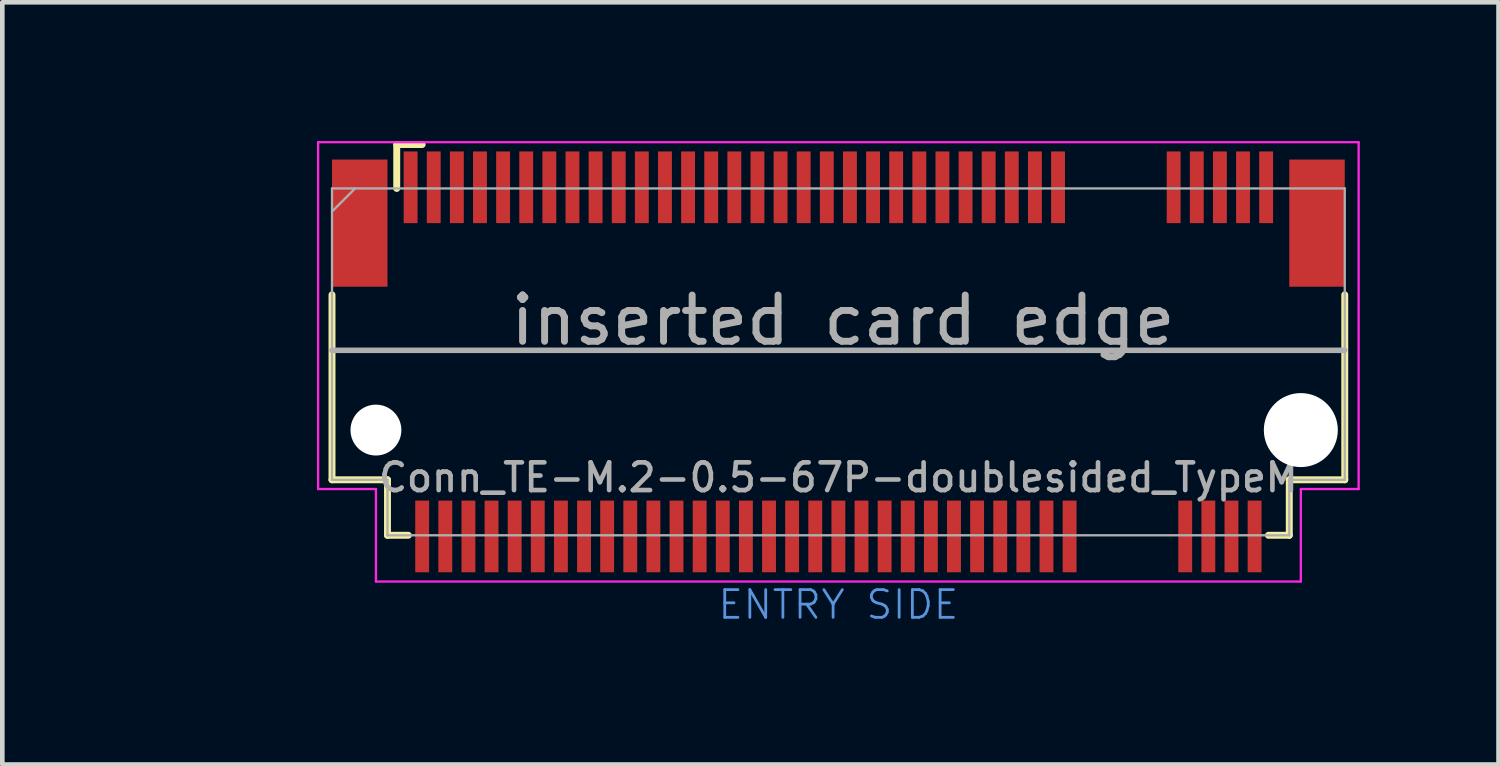
<source format=kicad_pcb>
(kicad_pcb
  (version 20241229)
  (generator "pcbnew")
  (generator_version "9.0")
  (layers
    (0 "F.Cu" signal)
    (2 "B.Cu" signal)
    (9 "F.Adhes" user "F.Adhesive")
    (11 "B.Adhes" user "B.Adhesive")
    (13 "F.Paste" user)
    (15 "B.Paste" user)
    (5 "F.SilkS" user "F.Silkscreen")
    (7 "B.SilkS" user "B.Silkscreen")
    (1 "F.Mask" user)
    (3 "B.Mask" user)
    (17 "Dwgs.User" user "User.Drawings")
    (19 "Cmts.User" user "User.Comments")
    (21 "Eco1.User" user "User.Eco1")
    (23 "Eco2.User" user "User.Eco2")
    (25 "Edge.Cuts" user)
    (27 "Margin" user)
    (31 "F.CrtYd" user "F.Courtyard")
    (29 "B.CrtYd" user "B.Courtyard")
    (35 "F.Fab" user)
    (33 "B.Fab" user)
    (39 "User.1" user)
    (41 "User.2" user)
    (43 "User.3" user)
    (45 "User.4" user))
  (footprint "Conn_TE-M.2-0.5-67P-doublesided_TypeM"
    (layer "F.Cu")
    (at 15.079 6.275)
    (property "Reference" "Conn_TE-M.2-0.5-67P-doublesided_TypeM" (at 0 1 0) (layer "F.Fab") (effects (font (size 0.6 0.6) (thickness 0.1))))
    (attr through_hole)
    (fp_line (start -10.95 1.05) (end -10.95 -2.95) (stroke (width 0.15) (type solid)) (layer "F.SilkS"))
    (fp_line (start -9.75 1.05) (end -10.95 1.05) (stroke (width 0.15) (type solid)) (layer "F.SilkS"))
    (fp_line (start -9.75 2.25) (end -9.75 1.05) (stroke (width 0.15) (type solid)) (layer "F.SilkS"))
    (fp_line (start -9.55 -6.2) (end -9 -6.2) (stroke (width 0.15) (type solid)) (layer "F.SilkS"))
    (fp_line (start -9.55 -5.25) (end -9.55 -6.2) (stroke (width 0.15) (type solid)) (layer "F.SilkS"))
    (fp_line (start -9.3 2.25) (end -9.75 2.25) (stroke (width 0.15) (type solid)) (layer "F.SilkS"))
    (fp_line (start 9.75 1.05) (end 9.75 2.25) (stroke (width 0.15) (type solid)) (layer "F.SilkS"))
    (fp_line (start 9.75 2.25) (end 9.3 2.25) (stroke (width 0.15) (type solid)) (layer "F.SilkS"))
    (fp_line (start 10.95 1.05) (end 9.75 1.05) (stroke (width 0.15) (type solid)) (layer "F.SilkS"))
    (fp_line (start 10.95 1.05) (end 10.95 -2.95) (stroke (width 0.15) (type solid)) (layer "F.SilkS"))
    (fp_line (start -11.25 -6.25) (end 11.25 -6.25) (stroke (width 0.05) (type solid)) (layer "F.CrtYd"))
    (fp_line (start -11.25 1.25) (end -11.25 -6.25) (stroke (width 0.05) (type solid)) (layer "F.CrtYd"))
    (fp_line (start -10 1.25) (end -11.25 1.25) (stroke (width 0.05) (type solid)) (layer "F.CrtYd"))
    (fp_line (start -10 3.25) (end -10 1.25) (stroke (width 0.05) (type solid)) (layer "F.CrtYd"))
    (fp_line (start 10 1.25) (end 10 3.25) (stroke (width 0.05) (type solid)) (layer "F.CrtYd"))
    (fp_line (start 10 3.25) (end -10 3.25) (stroke (width 0.05) (type solid)) (layer "F.CrtYd"))
    (fp_line (start 11.25 -6.25) (end 11.25 1.25) (stroke (width 0.05) (type solid)) (layer "F.CrtYd"))
    (fp_line (start 11.25 1.25) (end 10 1.25) (stroke (width 0.05) (type solid)) (layer "F.CrtYd"))
    (fp_line (start -10.95 -5.25) (end -10.95 1.05) (stroke (width 0.05) (type solid)) (layer "F.Fab"))
    (fp_line (start -10.95 -5.25) (end 10.95 -5.25) (stroke (width 0.05) (type solid)) (layer "F.Fab"))
    (fp_line (start -10.95 -4.75) (end -10.45 -5.25) (stroke (width 0.05) (type solid)) (layer "F.Fab"))
    (fp_line (start -10.95 -1.75) (end 10.95 -1.75) (stroke (width 0.12) (type solid)) (layer "F.Fab"))
    (fp_line (start -10.95 1.05) (end -9.75 1.05) (stroke (width 0.05) (type solid)) (layer "F.Fab"))
    (fp_line (start -9.75 1.05) (end -9.75 2.25) (stroke (width 0.05) (type solid)) (layer "F.Fab"))
    (fp_line (start -9.75 2.25) (end 9.75 2.25) (stroke (width 0.05) (type solid)) (layer "F.Fab"))
    (fp_line (start 9.75 1.05) (end 9.75 2.25) (stroke (width 0.05) (type solid)) (layer "F.Fab"))
    (fp_line (start 10.95 1.05) (end 9.75 1.05) (stroke (width 0.05) (type solid)) (layer "F.Fab"))
    (fp_line (start 10.95 1.05) (end 10.95 -5.25) (stroke (width 0.05) (type solid)) (layer "F.Fab"))
    (fp_text user "ENTRY SIDE" (at 0 3.75 0) (layer "Cmts.User") (effects (font (size 0.6 0.6) (thickness 0.06))))
    (fp_text user "${REFERENCE}" (at -10.1 -4.8 0) (layer "Eco1.User") (effects (font (size 0.3 0.3) (thickness 0.03))))
    (fp_text user "inserted card edge" (at 0.1 -2.4 0) (layer "F.Fab") (effects (font (size 1 1) (thickness 0.15))))
    (pad "" np_thru_hole circle (at -10 -0.025) (size 1.1 1.1) (drill 1.1) (layers "*.Cu"))
    (pad "" np_thru_hole circle (at 10 -0.025) (size 1.6 1.6) (drill 1.6) (layers "*.Cu"))
    (pad "1" smd rect (at -9.25 -5.275) (size 0.3 1.55) (layers "F.Cu" "F.Mask" "F.Paste"))
    (pad "2" smd rect (at -9 2.275) (size 0.3 1.55) (layers "F.Cu" "F.Mask" "F.Paste"))
    (pad "3" smd rect (at -8.75 -5.275) (size 0.3 1.55) (layers "F.Cu" "F.Mask" "F.Paste"))
    (pad "4" smd rect (at -8.5 2.275) (size 0.3 1.55) (layers "F.Cu" "F.Mask" "F.Paste"))
    (pad "5" smd rect (at -8.25 -5.275) (size 0.3 1.55) (layers "F.Cu" "F.Mask" "F.Paste"))
    (pad "6" smd rect (at -8 2.275) (size 0.3 1.55) (layers "F.Cu" "F.Mask" "F.Paste"))
    (pad "7" smd rect (at -7.75 -5.275) (size 0.3 1.55) (layers "F.Cu" "F.Mask" "F.Paste"))
    (pad "8" smd rect (at -7.5 2.275) (size 0.3 1.55) (layers "F.Cu" "F.Mask" "F.Paste"))
    (pad "9" smd rect (at -7.25 -5.275) (size 0.3 1.55) (layers "F.Cu" "F.Mask" "F.Paste"))
    (pad "10" smd rect (at -7 2.275) (size 0.3 1.55) (layers "F.Cu" "F.Mask" "F.Paste"))
    (pad "11" smd rect (at -6.75 -5.275) (size 0.3 1.55) (layers "F.Cu" "F.Mask" "F.Paste"))
    (pad "12" smd rect (at -6.5 2.275) (size 0.3 1.55) (layers "F.Cu" "F.Mask" "F.Paste"))
    (pad "13" smd rect (at -6.25 -5.275) (size 0.3 1.55) (layers "F.Cu" "F.Mask" "F.Paste"))
    (pad "14" smd rect (at -6 2.275) (size 0.3 1.55) (layers "F.Cu" "F.Mask" "F.Paste"))
    (pad "15" smd rect (at -5.75 -5.275) (size 0.3 1.55) (layers "F.Cu" "F.Mask" "F.Paste"))
    (pad "16" smd rect (at -5.5 2.275) (size 0.3 1.55) (layers "F.Cu" "F.Mask" "F.Paste"))
    (pad "17" smd rect (at -5.25 -5.275) (size 0.3 1.55) (layers "F.Cu" "F.Mask" "F.Paste"))
    (pad "18" smd rect (at -5 2.275) (size 0.3 1.55) (layers "F.Cu" "F.Mask" "F.Paste"))
    (pad "19" smd rect (at -4.75 -5.275) (size 0.3 1.55) (layers "F.Cu" "F.Mask" "F.Paste"))
    (pad "20" smd rect (at -4.5 2.275) (size 0.3 1.55) (layers "F.Cu" "F.Mask" "F.Paste"))
    (pad "21" smd rect (at -4.25 -5.275) (size 0.3 1.55) (layers "F.Cu" "F.Mask" "F.Paste"))
    (pad "22" smd rect (at -4 2.275) (size 0.3 1.55) (layers "F.Cu" "F.Mask" "F.Paste"))
    (pad "23" smd rect (at -3.75 -5.275) (size 0.3 1.55) (layers "F.Cu" "F.Mask" "F.Paste"))
    (pad "24" smd rect (at -3.5 2.275) (size 0.3 1.55) (layers "F.Cu" "F.Mask" "F.Paste"))
    (pad "25" smd rect (at -3.25 -5.275) (size 0.3 1.55) (layers "F.Cu" "F.Mask" "F.Paste"))
    (pad "26" smd rect (at -3 2.275) (size 0.3 1.55) (layers "F.Cu" "F.Mask" "F.Paste"))
    (pad "27" smd rect (at -2.75 -5.275) (size 0.3 1.55) (layers "F.Cu" "F.Mask" "F.Paste"))
    (pad "28" smd rect (at -2.5 2.275) (size 0.3 1.55) (layers "F.Cu" "F.Mask" "F.Paste"))
    (pad "29" smd rect (at -2.25 -5.275) (size 0.3 1.55) (layers "F.Cu" "F.Mask" "F.Paste"))
    (pad "30" smd rect (at -2 2.275) (size 0.3 1.55) (layers "F.Cu" "F.Mask" "F.Paste"))
    (pad "31" smd rect (at -1.75 -5.275) (size 0.3 1.55) (layers "F.Cu" "F.Mask" "F.Paste"))
    (pad "32" smd rect (at -1.5 2.275) (size 0.3 1.55) (layers "F.Cu" "F.Mask" "F.Paste"))
    (pad "33" smd rect (at -1.25 -5.275) (size 0.3 1.55) (layers "F.Cu" "F.Mask" "F.Paste"))
    (pad "34" smd rect (at -1 2.275) (size 0.3 1.55) (layers "F.Cu" "F.Mask" "F.Paste"))
    (pad "35" smd rect (at -0.75 -5.275) (size 0.3 1.55) (layers "F.Cu" "F.Mask" "F.Paste"))
    (pad "36" smd rect (at -0.5 2.275) (size 0.3 1.55) (layers "F.Cu" "F.Mask" "F.Paste"))
    (pad "37" smd rect (at -0.25 -5.275) (size 0.3 1.55) (layers "F.Cu" "F.Mask" "F.Paste"))
    (pad "38" smd rect (at 0 2.275) (size 0.3 1.55) (layers "F.Cu" "F.Mask" "F.Paste"))
    (pad "39" smd rect (at 0.25 -5.275) (size 0.3 1.55) (layers "F.Cu" "F.Mask" "F.Paste"))
    (pad "40" smd rect (at 0.5 2.275) (size 0.3 1.55) (layers "F.Cu" "F.Mask" "F.Paste"))
    (pad "41" smd rect (at 0.75 -5.275) (size 0.3 1.55) (layers "F.Cu" "F.Mask" "F.Paste"))
    (pad "42" smd rect (at 1 2.275) (size 0.3 1.55) (layers "F.Cu" "F.Mask" "F.Paste"))
    (pad "43" smd rect (at 1.25 -5.275) (size 0.3 1.55) (layers "F.Cu" "F.Mask" "F.Paste"))
    (pad "44" smd rect (at 1.5 2.275) (size 0.3 1.55) (layers "F.Cu" "F.Mask" "F.Paste"))
    (pad "45" smd rect (at 1.75 -5.275) (size 0.3 1.55) (layers "F.Cu" "F.Mask" "F.Paste"))
    (pad "46" smd rect (at 2 2.275) (size 0.3 1.55) (layers "F.Cu" "F.Mask" "F.Paste"))
    (pad "47" smd rect (at 2.25 -5.275) (size 0.3 1.55) (layers "F.Cu" "F.Mask" "F.Paste"))
    (pad "48" smd rect (at 2.5 2.275) (size 0.3 1.55) (layers "F.Cu" "F.Mask" "F.Paste"))
    (pad "49" smd rect (at 2.75 -5.275) (size 0.3 1.55) (layers "F.Cu" "F.Mask" "F.Paste"))
    (pad "50" smd rect (at 3 2.275) (size 0.3 1.55) (layers "F.Cu" "F.Mask" "F.Paste"))
    (pad "51" smd rect (at 3.25 -5.275) (size 0.3 1.55) (layers "F.Cu" "F.Mask" "F.Paste"))
    (pad "52" smd rect (at 3.5 2.275) (size 0.3 1.55) (layers "F.Cu" "F.Mask" "F.Paste"))
    (pad "53" smd rect (at 3.75 -5.275) (size 0.3 1.55) (layers "F.Cu" "F.Mask" "F.Paste"))
    (pad "54" smd rect (at 4 2.275) (size 0.3 1.55) (layers "F.Cu" "F.Mask" "F.Paste"))
    (pad "55" smd rect (at 4.25 -5.275) (size 0.3 1.55) (layers "F.Cu" "F.Mask" "F.Paste"))
    (pad "56" smd rect (at 4.5 2.275) (size 0.3 1.55) (layers "F.Cu" "F.Mask" "F.Paste"))
    (pad "57" smd rect (at 4.75 -5.275) (size 0.3 1.55) (layers "F.Cu" "F.Mask" "F.Paste"))
    (pad "58" smd rect (at 5 2.275) (size 0.3 1.55) (layers "F.Cu" "F.Mask" "F.Paste"))
    (pad "67" smd rect (at 7.25 -5.275) (size 0.3 1.55) (layers "F.Cu" "F.Mask" "F.Paste"))
    (pad "68" smd rect (at 7.5 2.275) (size 0.3 1.55) (layers "F.Cu" "F.Mask" "F.Paste"))
    (pad "69" smd rect (at 7.75 -5.275) (size 0.3 1.55) (layers "F.Cu" "F.Mask" "F.Paste"))
    (pad "70" smd rect (at 8 2.275) (size 0.3 1.55) (layers "F.Cu" "F.Mask" "F.Paste"))
    (pad "71" smd rect (at 8.25 -5.275) (size 0.3 1.55) (layers "F.Cu" "F.Mask" "F.Paste"))
    (pad "72" smd rect (at 8.5 2.275) (size 0.3 1.55) (layers "F.Cu" "F.Mask" "F.Paste"))
    (pad "73" smd rect (at 8.75 -5.275) (size 0.3 1.55) (layers "F.Cu" "F.Mask" "F.Paste"))
    (pad "74" smd rect (at 9 2.275) (size 0.3 1.55) (layers "F.Cu" "F.Mask" "F.Paste"))
    (pad "75" smd rect (at 9.25 -5.275) (size 0.3 1.55) (layers "F.Cu" "F.Mask" "F.Paste"))
    (pad "MP" smd rect (at -10.35 -4.5) (size 1.2 2.75) (layers "F.Cu" "F.Mask" "F.Paste"))
    (pad "MP" smd rect (at 10.35 -4.5) (size 1.2 2.75) (layers "F.Cu" "F.Mask" "F.Paste")))
  (gr_rect
    (start -3 -3)
    (end 29.354 13.481)
    (stroke (width 0.1) (type default))
    (fill no)
    (layer "Edge.Cuts")))
</source>
